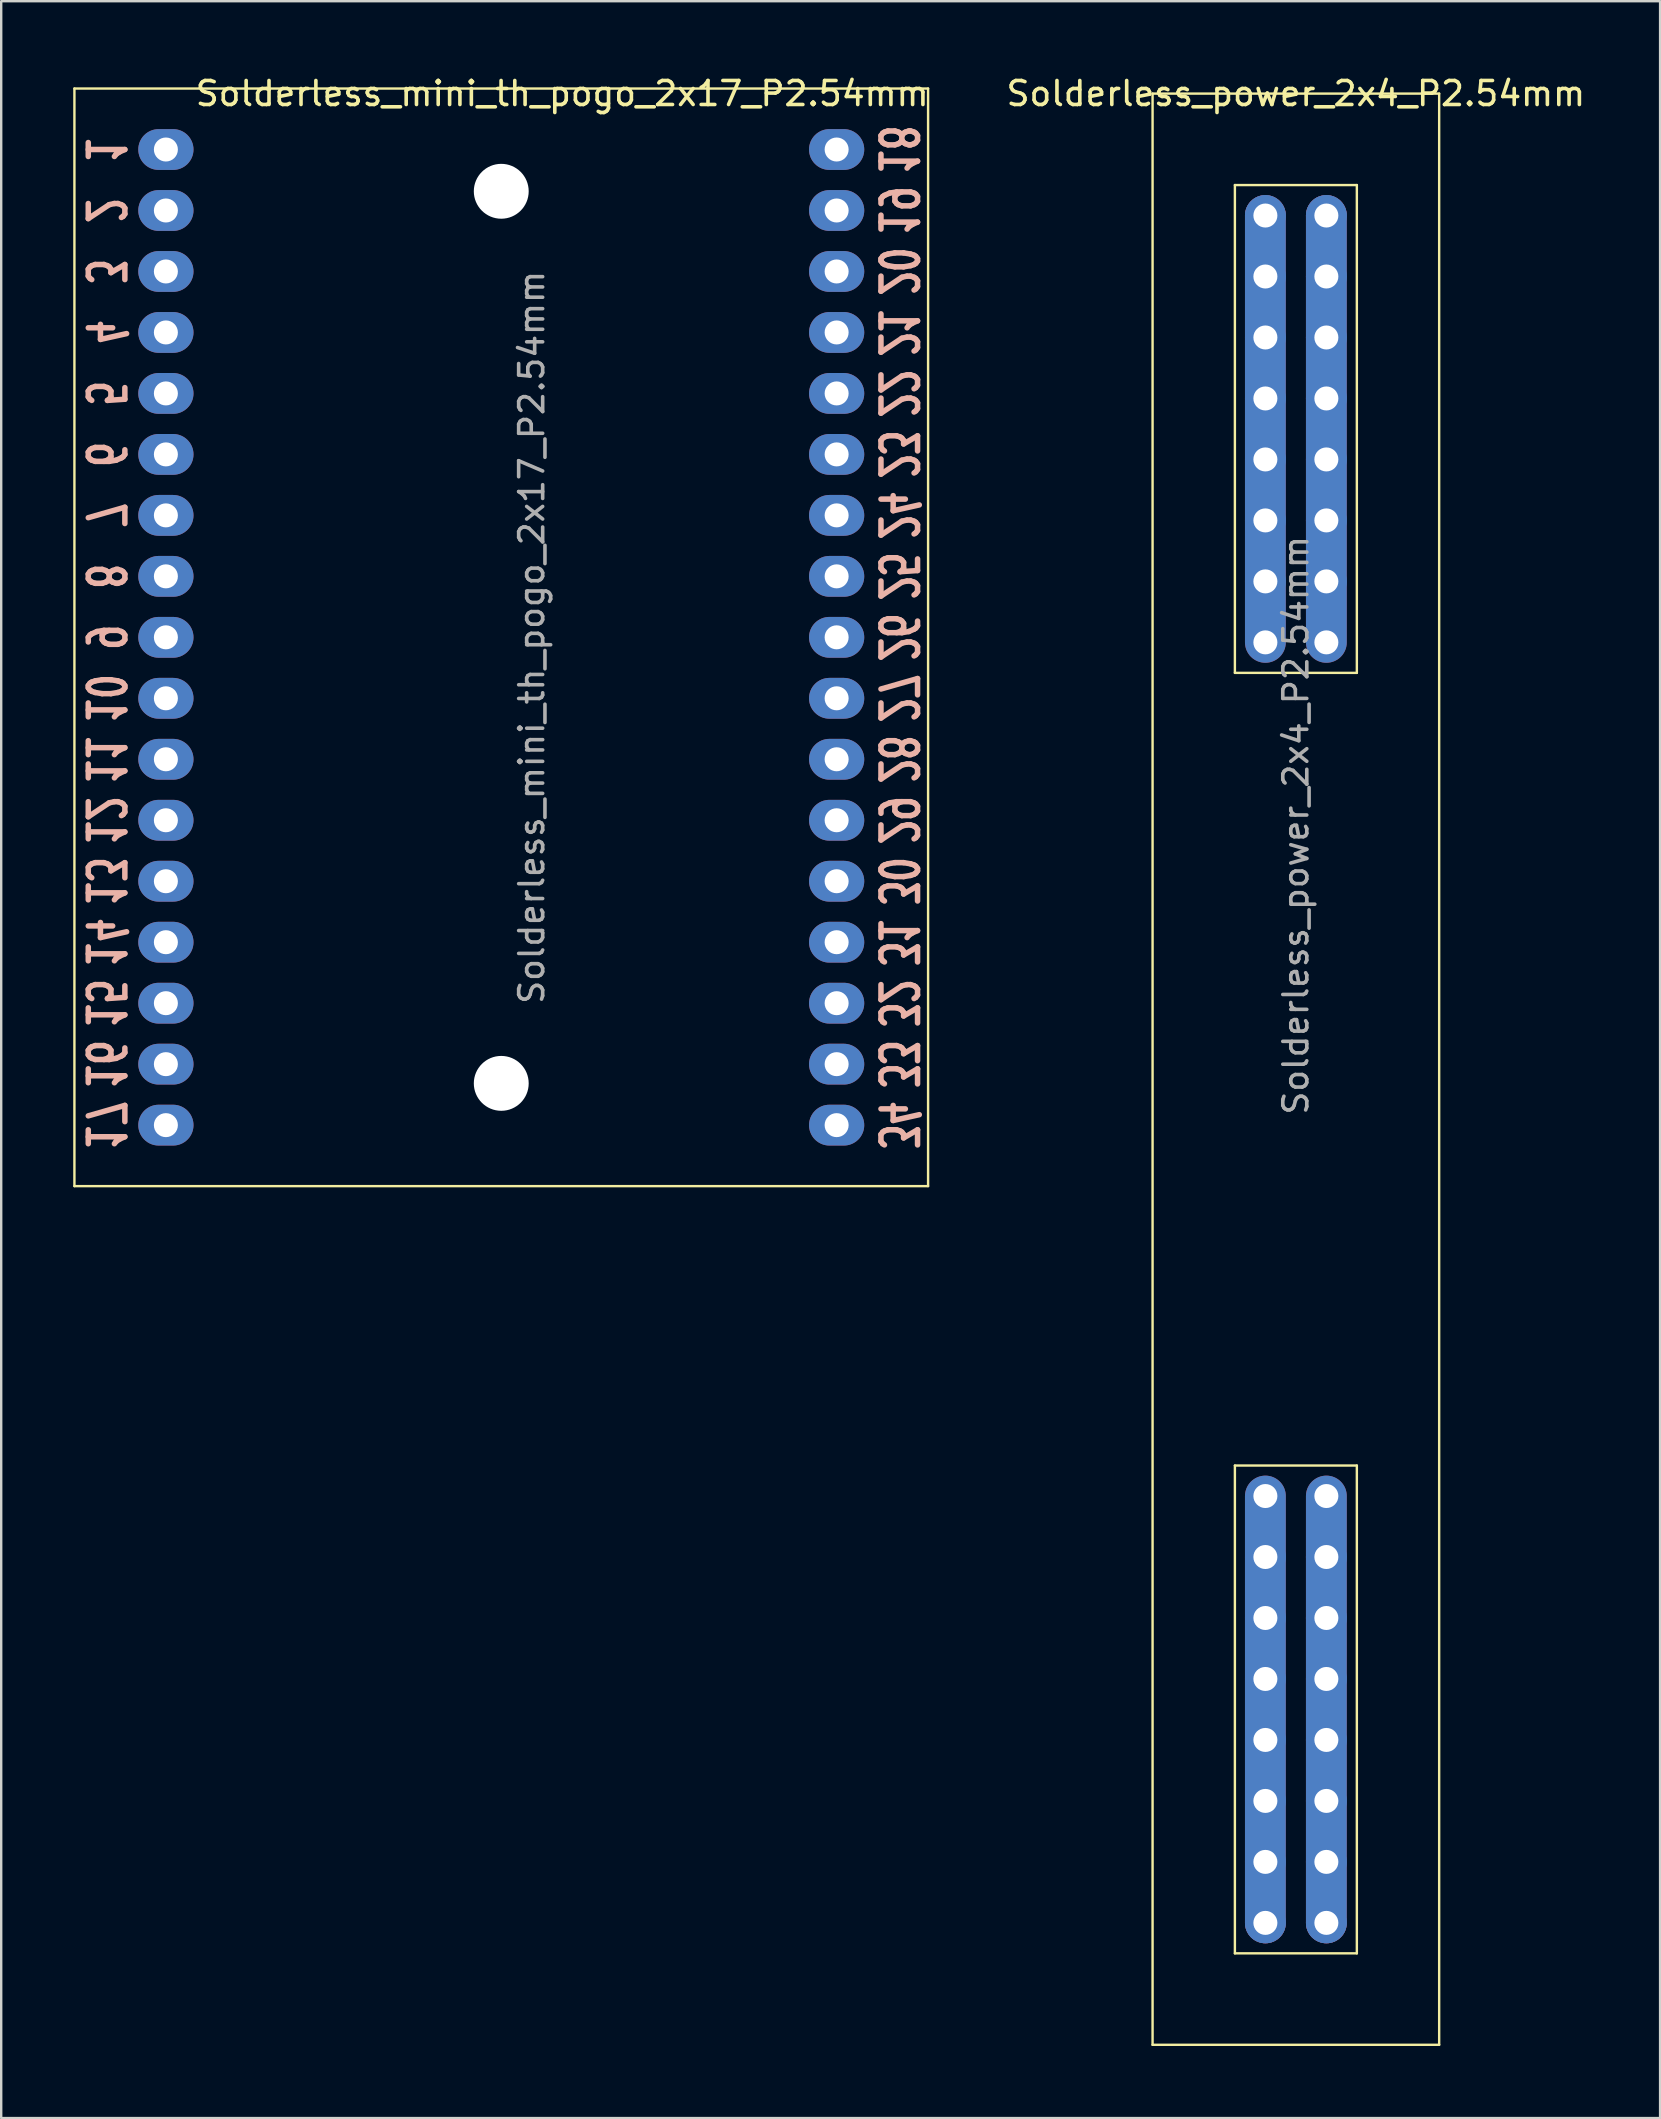
<source format=kicad_pcb>
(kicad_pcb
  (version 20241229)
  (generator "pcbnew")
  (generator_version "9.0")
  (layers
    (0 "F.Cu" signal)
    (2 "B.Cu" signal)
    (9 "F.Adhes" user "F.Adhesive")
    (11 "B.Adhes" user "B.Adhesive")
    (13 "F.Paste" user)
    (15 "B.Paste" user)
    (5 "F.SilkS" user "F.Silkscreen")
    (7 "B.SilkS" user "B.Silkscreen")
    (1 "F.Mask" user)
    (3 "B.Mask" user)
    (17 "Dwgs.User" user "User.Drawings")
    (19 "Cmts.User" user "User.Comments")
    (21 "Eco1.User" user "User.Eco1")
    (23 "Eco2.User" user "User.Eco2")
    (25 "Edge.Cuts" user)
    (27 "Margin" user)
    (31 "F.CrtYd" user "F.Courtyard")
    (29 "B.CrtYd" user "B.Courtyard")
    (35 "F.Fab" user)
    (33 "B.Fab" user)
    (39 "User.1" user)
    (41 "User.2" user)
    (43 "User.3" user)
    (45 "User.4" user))
  (footprint "Solderless_mini_th_pogo_2x17_P2.54mm"
    (layer "F.Cu")
    (at 14.02 3.178)
    (property "Reference" "Solderless_mini_th_pogo_2x17_P2.54mm" (at 6.35 -2.33 0) (layer "F.SilkS") (effects (font (size 1 1) (thickness 0.15))))
    (attr through_hole)
    (fp_line (start -13.97 -2.54) (end -13.97 43.18) (stroke (width 0.1) (type default)) (layer "F.SilkS"))
    (fp_line (start -13.97 43.18) (end 21.59 43.18) (stroke (width 0.1) (type default)) (layer "F.SilkS"))
    (fp_line (start 21.59 -2.54) (end -13.97 -2.54) (stroke (width 0.1) (type default)) (layer "F.SilkS"))
    (fp_line (start 21.59 43.18) (end 21.59 -2.54) (stroke (width 0.1) (type default)) (layer "F.SilkS"))
    (fp_text user "8" (at -12.7 17.78 270) (unlocked yes) (layer "B.SilkS") (effects (font (size 1.524 1.016) (thickness 0.229) (bold yes)) (justify mirror)))
    (fp_text user "22" (at 20.32 10.16 270) (unlocked yes) (layer "B.SilkS") (effects (font (size 1.524 1.016) (thickness 0.229) (bold yes)) (justify mirror)))
    (fp_text user "23" (at 20.32 12.7 270) (unlocked yes) (layer "B.SilkS") (effects (font (size 1.524 1.016) (thickness 0.229) (bold yes)) (justify mirror)))
    (fp_text user "9" (at -12.7 20.32 270) (unlocked yes) (layer "B.SilkS") (effects (font (size 1.524 1.016) (thickness 0.229) (bold yes)) (justify mirror)))
    (fp_text user "16" (at -12.7 38.1 270) (unlocked yes) (layer "B.SilkS") (effects (font (size 1.524 1.016) (thickness 0.229) (bold yes)) (justify mirror)))
    (fp_text user "34" (at 20.32 40.64 270) (unlocked yes) (layer "B.SilkS") (effects (font (size 1.524 1.016) (thickness 0.229) (bold yes)) (justify mirror)))
    (fp_text user "18" (at 20.32 0 270) (unlocked yes) (layer "B.SilkS") (effects (font (size 1.524 1.016) (thickness 0.229) (bold yes)) (justify mirror)))
    (fp_text user "1" (at -12.7 0 270) (unlocked yes) (layer "B.SilkS") (effects (font (size 1.524 1.016) (thickness 0.229) (bold yes)) (justify mirror)))
    (fp_text user "2" (at -12.7 2.54 270) (unlocked yes) (layer "B.SilkS") (effects (font (size 1.524 1.016) (thickness 0.229) (bold yes)) (justify mirror)))
    (fp_text user "3" (at -12.7 5.08 270) (unlocked yes) (layer "B.SilkS") (effects (font (size 1.524 1.016) (thickness 0.229) (bold yes)) (justify mirror)))
    (fp_text user "15" (at -12.7 35.56 270) (unlocked yes) (layer "B.SilkS") (effects (font (size 1.524 1.016) (thickness 0.229) (bold yes)) (justify mirror)))
    (fp_text user "13" (at -12.7 30.48 270) (unlocked yes) (layer "B.SilkS") (effects (font (size 1.524 1.016) (thickness 0.229) (bold yes)) (justify mirror)))
    (fp_text user "6" (at -12.7 12.7 270) (unlocked yes) (layer "B.SilkS") (effects (font (size 1.524 1.016) (thickness 0.229) (bold yes)) (justify mirror)))
    (fp_text user "20" (at 20.32 5.08 270) (unlocked yes) (layer "B.SilkS") (effects (font (size 1.524 1.016) (thickness 0.229) (bold yes)) (justify mirror)))
    (fp_text user "31" (at 20.32 33.02 270) (unlocked yes) (layer "B.SilkS") (effects (font (size 1.524 1.016) (thickness 0.229) (bold yes)) (justify mirror)))
    (fp_text user "21" (at 20.32 7.62 270) (unlocked yes) (layer "B.SilkS") (effects (font (size 1.524 1.016) (thickness 0.229) (bold yes)) (justify mirror)))
    (fp_text user "7" (at -12.7 15.24 270) (unlocked yes) (layer "B.SilkS") (effects (font (size 1.524 1.016) (thickness 0.229) (bold yes)) (justify mirror)))
    (fp_text user "30" (at 20.32 30.48 270) (unlocked yes) (layer "B.SilkS") (effects (font (size 1.524 1.016) (thickness 0.229) (bold yes)) (justify mirror)))
    (fp_text user "17" (at -12.7 40.64 270) (unlocked yes) (layer "B.SilkS") (effects (font (size 1.524 1.016) (thickness 0.229) (bold yes)) (justify mirror)))
    (fp_text user "19" (at 20.32 2.54 270) (unlocked yes) (layer "B.SilkS") (effects (font (size 1.524 1.016) (thickness 0.229) (bold yes)) (justify mirror)))
    (fp_text user "12" (at -12.7 27.94 270) (unlocked yes) (layer "B.SilkS") (effects (font (size 1.524 1.016) (thickness 0.229) (bold yes)) (justify mirror)))
    (fp_text user "24" (at 20.32 15.24 270) (unlocked yes) (layer "B.SilkS") (effects (font (size 1.524 1.016) (thickness 0.229) (bold yes)) (justify mirror)))
    (fp_text user "10" (at -12.7 22.86 270) (unlocked yes) (layer "B.SilkS") (effects (font (size 1.524 1.016) (thickness 0.229) (bold yes)) (justify mirror)))
    (fp_text user "28" (at 20.32 25.4 270) (unlocked yes) (layer "B.SilkS") (effects (font (size 1.524 1.016) (thickness 0.229) (bold yes)) (justify mirror)))
    (fp_text user "11" (at -12.7 25.4 270) (unlocked yes) (layer "B.SilkS") (effects (font (size 1.524 1.016) (thickness 0.229) (bold yes)) (justify mirror)))
    (fp_text user "29" (at 20.32 27.94 270) (unlocked yes) (layer "B.SilkS") (effects (font (size 1.524 1.016) (thickness 0.229) (bold yes)) (justify mirror)))
    (fp_text user "33" (at 20.32 38.1 270) (unlocked yes) (layer "B.SilkS") (effects (font (size 1.524 1.016) (thickness 0.229) (bold yes)) (justify mirror)))
    (fp_text user "14" (at -12.7 33.02 270) (unlocked yes) (layer "B.SilkS") (effects (font (size 1.524 1.016) (thickness 0.229) (bold yes)) (justify mirror)))
    (fp_text user "26" (at 20.32 20.32 270) (unlocked yes) (layer "B.SilkS") (effects (font (size 1.524 1.016) (thickness 0.229) (bold yes)) (justify mirror)))
    (fp_text user "4" (at -12.7 7.62 270) (unlocked yes) (layer "B.SilkS") (effects (font (size 1.524 1.016) (thickness 0.229) (bold yes)) (justify mirror)))
    (fp_text user "27" (at 20.32 22.86 270) (unlocked yes) (layer "B.SilkS") (effects (font (size 1.524 1.016) (thickness 0.229) (bold yes)) (justify mirror)))
    (fp_text user "32" (at 20.32 35.56 270) (unlocked yes) (layer "B.SilkS") (effects (font (size 1.524 1.016) (thickness 0.229) (bold yes)) (justify mirror)))
    (fp_text user "25" (at 20.32 17.78 270) (unlocked yes) (layer "B.SilkS") (effects (font (size 1.524 1.016) (thickness 0.229) (bold yes)) (justify mirror)))
    (fp_text user "5" (at -12.7 10.16 270) (unlocked yes) (layer "B.SilkS") (effects (font (size 1.524 1.016) (thickness 0.229) (bold yes)) (justify mirror)))
    (fp_text user "${REFERENCE}" (at 5.08 20.32 90) (layer "F.Fab") (effects (font (size 1 1) (thickness 0.15))))
    (pad "" np_thru_hole circle (at 3.81 1.74) (size 2.286 2.286) (drill 2.286) (layers "*.Cu" "*.Mask"))
    (pad "" np_thru_hole circle (at 3.81 38.9) (size 2.286 2.286) (drill 2.286) (layers "*.Cu" "*.Mask"))
    (pad "1" thru_hole oval (at -10.16 0) (size 2.3 1.7) (drill 1) (layers "*.Cu" "*.Mask" "F.Paste"))
    (pad "2" thru_hole oval (at -10.16 2.54) (size 2.3 1.7) (drill 1) (layers "*.Cu" "*.Mask" "F.Paste"))
    (pad "3" thru_hole oval (at -10.16 5.08) (size 2.3 1.7) (drill 1) (layers "*.Cu" "*.Mask" "F.Paste"))
    (pad "4" thru_hole oval (at -10.16 7.62) (size 2.3 1.7) (drill 1) (layers "*.Cu" "*.Mask" "F.Paste"))
    (pad "5" thru_hole oval (at -10.16 10.16) (size 2.3 1.7) (drill 1) (layers "*.Cu" "*.Mask" "F.Paste"))
    (pad "6" thru_hole oval (at -10.16 12.7) (size 2.3 1.7) (drill 1) (layers "*.Cu" "*.Mask" "F.Paste"))
    (pad "7" thru_hole oval (at -10.16 15.24) (size 2.3 1.7) (drill 1) (layers "*.Cu" "*.Mask" "F.Paste"))
    (pad "8" thru_hole oval (at -10.16 17.78) (size 2.3 1.7) (drill 1) (layers "*.Cu" "*.Mask" "F.Paste"))
    (pad "9" thru_hole oval (at -10.16 20.32) (size 2.3 1.7) (drill 1) (layers "*.Cu" "*.Mask" "F.Paste"))
    (pad "10" thru_hole oval (at -10.16 22.86) (size 2.3 1.7) (drill 1) (layers "*.Cu" "*.Mask" "F.Paste"))
    (pad "11" thru_hole oval (at -10.16 25.4) (size 2.3 1.7) (drill 1) (layers "*.Cu" "*.Mask" "F.Paste"))
    (pad "12" thru_hole oval (at -10.16 27.94) (size 2.3 1.7) (drill 1) (layers "*.Cu" "*.Mask" "F.Paste"))
    (pad "13" thru_hole oval (at -10.16 30.48) (size 2.3 1.7) (drill 1) (layers "*.Cu" "*.Mask" "F.Paste"))
    (pad "14" thru_hole oval (at -10.16 33.02) (size 2.3 1.7) (drill 1) (layers "*.Cu" "*.Mask" "F.Paste"))
    (pad "15" thru_hole oval (at -10.16 35.56) (size 2.3 1.7) (drill 1) (layers "*.Cu" "*.Mask" "F.Paste"))
    (pad "16" thru_hole oval (at -10.16 38.1) (size 2.3 1.7) (drill 1) (layers "*.Cu" "*.Mask" "F.Paste"))
    (pad "17" thru_hole oval (at -10.16 40.64) (size 2.3 1.7) (drill 1) (layers "*.Cu" "*.Mask" "F.Paste"))
    (pad "18" thru_hole oval (at 17.78 0) (size 2.3 1.7) (drill 1) (layers "*.Cu" "*.Mask" "F.Paste"))
    (pad "19" thru_hole oval (at 17.78 2.54) (size 2.3 1.7) (drill 1) (layers "*.Cu" "*.Mask" "F.Paste"))
    (pad "20" thru_hole oval (at 17.78 5.08) (size 2.3 1.7) (drill 1) (layers "*.Cu" "*.Mask" "F.Paste"))
    (pad "21" thru_hole oval (at 17.78 7.62) (size 2.3 1.7) (drill 1) (layers "*.Cu" "*.Mask" "F.Paste"))
    (pad "22" thru_hole oval (at 17.78 10.16) (size 2.3 1.7) (drill 1) (layers "*.Cu" "*.Mask" "F.Paste"))
    (pad "23" thru_hole oval (at 17.78 12.7) (size 2.3 1.7) (drill 1) (layers "*.Cu" "*.Mask" "F.Paste"))
    (pad "24" thru_hole oval (at 17.78 15.24) (size 2.3 1.7) (drill 1) (layers "*.Cu" "*.Mask" "F.Paste"))
    (pad "25" thru_hole oval (at 17.78 17.78) (size 2.3 1.7) (drill 1) (layers "*.Cu" "*.Mask" "F.Paste"))
    (pad "26" thru_hole oval (at 17.78 20.32) (size 2.3 1.7) (drill 1) (layers "*.Cu" "*.Mask" "F.Paste"))
    (pad "27" thru_hole oval (at 17.78 22.86) (size 2.3 1.7) (drill 1) (layers "*.Cu" "*.Mask" "F.Paste"))
    (pad "28" thru_hole oval (at 17.78 25.4) (size 2.3 1.7) (drill 1) (layers "*.Cu" "*.Mask" "F.Paste"))
    (pad "29" thru_hole oval (at 17.78 27.94) (size 2.3 1.7) (drill 1) (layers "*.Cu" "*.Mask" "F.Paste"))
    (pad "30" thru_hole oval (at 17.78 30.48) (size 2.3 1.7) (drill 1) (layers "*.Cu" "*.Mask" "F.Paste"))
    (pad "31" thru_hole oval (at 17.78 33.02) (size 2.3 1.7) (drill 1) (layers "*.Cu" "*.Mask" "F.Paste"))
    (pad "32" thru_hole oval (at 17.78 35.56) (size 2.3 1.7) (drill 1) (layers "*.Cu" "*.Mask" "F.Paste"))
    (pad "33" thru_hole oval (at 17.78 38.1) (size 2.3 1.7) (drill 1) (layers "*.Cu" "*.Mask" "F.Paste"))
    (pad "34" thru_hole oval (at 17.78 40.64) (size 2.3 1.7) (drill 1) (layers "*.Cu" "*.Mask" "F.Paste")))
  (footprint "Solderless_power_2x4_P2.54mm"
    (layer "F.Cu")
    (at 48.39 5.928)
    (property "Reference" "Solderless_power_2x4_P2.54mm" (at 2.54 -5.08 0) (layer "F.SilkS") (effects (font (size 1 1) (thickness 0.15))))
    (attr through_hole)
    (fp_line (start -3.429 -5.08) (end -3.429 76.2) (stroke (width 0.1) (type default)) (layer "F.SilkS"))
    (fp_line (start -3.429 76.2) (end 8.509 76.2) (stroke (width 0.1) (type default)) (layer "F.SilkS"))
    (fp_line (start 0 -1.27) (end 0 19.05) (stroke (width 0.1) (type default)) (layer "F.SilkS"))
    (fp_line (start 0 -1.27) (end 5.08 -1.27) (stroke (width 0.1) (type default)) (layer "F.SilkS"))
    (fp_line (start 0 19.05) (end 5.08 19.05) (stroke (width 0.1) (type default)) (layer "F.SilkS"))
    (fp_line (start 0 52.07) (end 0 72.39) (stroke (width 0.1) (type default)) (layer "F.SilkS"))
    (fp_line (start 0 52.07) (end 5.08 52.07) (stroke (width 0.1) (type default)) (layer "F.SilkS"))
    (fp_line (start 0 72.39) (end 5.08 72.39) (stroke (width 0.1) (type default)) (layer "F.SilkS"))
    (fp_line (start 5.08 -1.27) (end 5.08 19.05) (stroke (width 0.1) (type default)) (layer "F.SilkS"))
    (fp_line (start 5.08 52.07) (end 5.08 72.39) (stroke (width 0.1) (type default)) (layer "F.SilkS"))
    (fp_line (start 8.509 -5.08) (end -3.429 -5.08) (stroke (width 0.1) (type default)) (layer "F.SilkS"))
    (fp_line (start 8.509 76.2) (end 8.509 -5.08) (stroke (width 0.1) (type default)) (layer "F.SilkS"))
    (fp_text user "${REFERENCE}" (at 2.54 25.4 90) (layer "F.Fab") (effects (font (size 1 1) (thickness 0.15))))
    (pad "1" thru_hole oval (at 1.27 0) (size 1.7 1.7) (drill 1) (layers "*.Cu" "*.Mask"))
    (pad "1" thru_hole oval (at 1.27 2.54) (size 1.7 4.24) (drill 1 (offset 0 -1.27)) (layers "*.Cu" "*.Mask"))
    (pad "1" thru_hole oval (at 1.27 5.08) (size 1.7 4.24) (drill 1 (offset 0 -1.27)) (layers "*.Cu" "*.Mask"))
    (pad "1" thru_hole oval (at 1.27 7.62) (size 1.7 4.24) (drill 1 (offset 0 -1.27)) (layers "*.Cu" "*.Mask"))
    (pad "1" thru_hole oval (at 1.27 10.16) (size 1.7 4.24) (drill 1 (offset 0 -1.27)) (layers "*.Cu" "*.Mask"))
    (pad "1" thru_hole oval (at 1.27 12.7) (size 1.7 4.24) (drill 1 (offset 0 -1.27)) (layers "*.Cu" "*.Mask"))
    (pad "1" thru_hole oval (at 1.27 15.24) (size 1.7 4.24) (drill 1 (offset 0 -1.27)) (layers "*.Cu" "*.Mask"))
    (pad "1" thru_hole oval (at 1.27 17.78) (size 1.7 4.24) (drill 1 (offset 0 -1.27)) (layers "*.Cu" "*.Mask"))
    (pad "2" thru_hole oval (at 3.81 0) (size 1.7 1.7) (drill 1) (layers "*.Cu" "*.Mask"))
    (pad "2" thru_hole oval (at 3.81 2.54) (size 1.7 4.24) (drill 1 (offset 0 -1.27)) (layers "*.Cu" "*.Mask"))
    (pad "2" thru_hole oval (at 3.81 5.08) (size 1.7 4.24) (drill 1 (offset 0 -1.27)) (layers "*.Cu" "*.Mask"))
    (pad "2" thru_hole oval (at 3.81 7.62) (size 1.7 4.24) (drill 1 (offset 0 -1.27)) (layers "*.Cu" "*.Mask"))
    (pad "2" thru_hole oval (at 3.81 10.16) (size 1.7 4.24) (drill 1 (offset 0 -1.27)) (layers "*.Cu" "*.Mask"))
    (pad "2" thru_hole oval (at 3.81 12.7) (size 1.7 4.24) (drill 1 (offset 0 -1.27)) (layers "*.Cu" "*.Mask"))
    (pad "2" thru_hole oval (at 3.81 15.24) (size 1.7 4.24) (drill 1 (offset 0 -1.27)) (layers "*.Cu" "*.Mask"))
    (pad "2" thru_hole oval (at 3.81 17.78) (size 1.7 4.24) (drill 1 (offset 0 -1.27)) (layers "*.Cu" "*.Mask"))
    (pad "3" thru_hole oval (at 1.27 53.34) (size 1.7 4.24) (drill 1 (offset 0 1.27)) (layers "*.Cu" "*.Mask"))
    (pad "3" thru_hole oval (at 1.27 55.88) (size 1.7 4.24) (drill 1 (offset 0 1.27)) (layers "*.Cu" "*.Mask"))
    (pad "3" thru_hole oval (at 1.27 58.42) (size 1.7 4.24) (drill 1 (offset 0 1.27)) (layers "*.Cu" "*.Mask"))
    (pad "3" thru_hole oval (at 1.27 60.96) (size 1.7 4.24) (drill 1 (offset 0 1.27)) (layers "*.Cu" "*.Mask"))
    (pad "3" thru_hole oval (at 1.27 63.5) (size 1.7 4.24) (drill 1 (offset 0 1.27)) (layers "*.Cu" "*.Mask"))
    (pad "3" thru_hole oval (at 1.27 66.04) (size 1.7 4.24) (drill 1 (offset 0 1.27)) (layers "*.Cu" "*.Mask"))
    (pad "3" thru_hole oval (at 1.27 68.58) (size 1.7 4.24) (drill 1 (offset 0 1.27)) (layers "*.Cu" "*.Mask"))
    (pad "3" thru_hole oval (at 1.27 71.12) (size 1.7 1.7) (drill 1) (layers "*.Cu" "*.Mask"))
    (pad "4" thru_hole oval (at 3.81 53.34) (size 1.7 4.24) (drill 1 (offset 0 1.27)) (layers "*.Cu" "*.Mask"))
    (pad "4" thru_hole oval (at 3.81 55.88) (size 1.7 4.24) (drill 1 (offset 0 1.27)) (layers "*.Cu" "*.Mask"))
    (pad "4" thru_hole oval (at 3.81 58.42) (size 1.7 4.24) (drill 1 (offset 0 1.27)) (layers "*.Cu" "*.Mask"))
    (pad "4" thru_hole oval (at 3.81 60.96) (size 1.7 4.24) (drill 1 (offset 0 1.27)) (layers "*.Cu" "*.Mask"))
    (pad "4" thru_hole oval (at 3.81 63.5) (size 1.7 4.24) (drill 1 (offset 0 1.27)) (layers "*.Cu" "*.Mask"))
    (pad "4" thru_hole oval (at 3.81 66.04) (size 1.7 4.24) (drill 1 (offset 0 1.27)) (layers "*.Cu" "*.Mask"))
    (pad "4" thru_hole oval (at 3.81 68.58) (size 1.7 4.24) (drill 1 (offset 0 1.27)) (layers "*.Cu" "*.Mask"))
    (pad "4" thru_hole oval (at 3.81 71.12) (size 1.7 1.7) (drill 1) (layers "*.Cu" "*.Mask")))
  (gr_rect
    (start -3 -3)
    (end 66.102 85.178)
    (stroke (width 0.1) (type default))
    (fill no)
    (layer "Edge.Cuts")))
</source>
